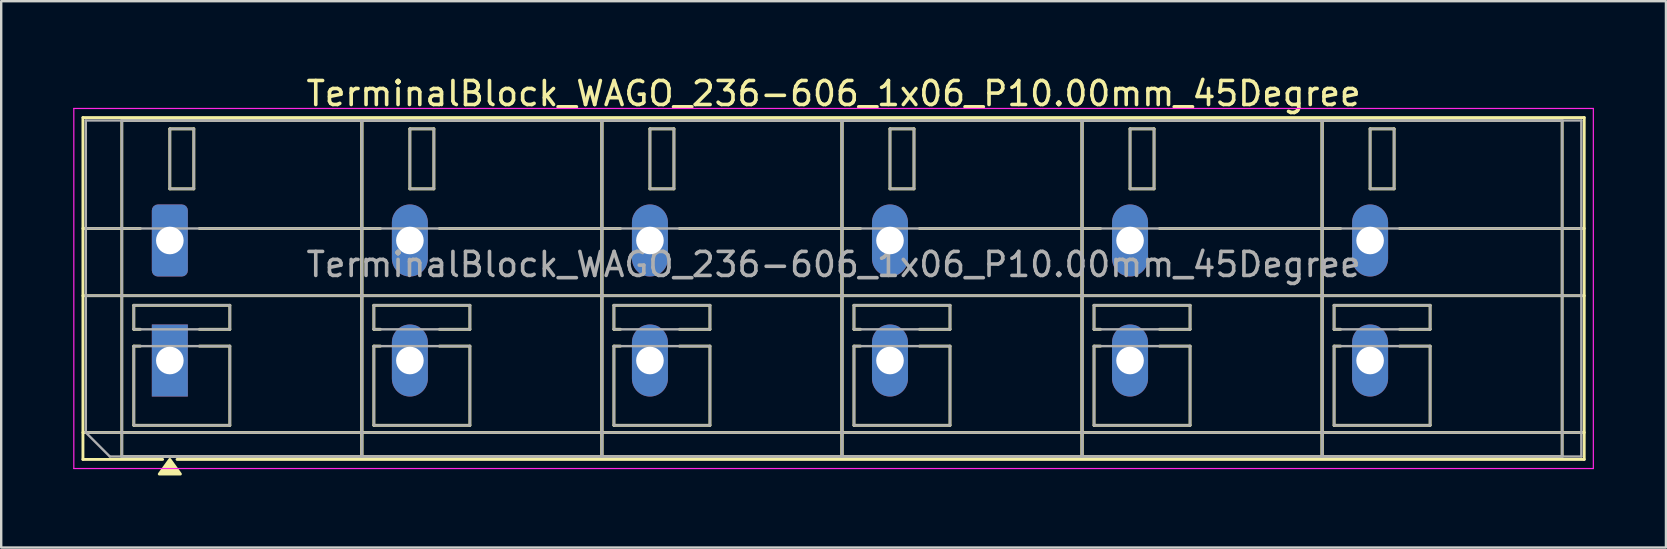
<source format=kicad_pcb>
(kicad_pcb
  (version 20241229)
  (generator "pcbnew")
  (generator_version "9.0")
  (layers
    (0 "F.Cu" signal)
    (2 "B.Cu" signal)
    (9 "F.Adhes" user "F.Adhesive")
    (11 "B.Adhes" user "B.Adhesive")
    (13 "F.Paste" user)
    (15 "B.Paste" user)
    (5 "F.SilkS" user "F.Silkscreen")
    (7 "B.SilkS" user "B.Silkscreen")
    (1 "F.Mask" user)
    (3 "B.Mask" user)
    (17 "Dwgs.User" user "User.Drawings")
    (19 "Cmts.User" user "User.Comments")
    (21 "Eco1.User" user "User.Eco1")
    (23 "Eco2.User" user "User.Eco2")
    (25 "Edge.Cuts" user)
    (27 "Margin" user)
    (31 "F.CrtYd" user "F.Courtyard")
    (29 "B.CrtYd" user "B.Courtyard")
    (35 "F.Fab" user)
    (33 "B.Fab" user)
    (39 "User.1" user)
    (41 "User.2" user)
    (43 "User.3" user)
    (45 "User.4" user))
  (footprint "TerminalBlock_WAGO_236-606_1x06_P10.00mm_45Degree"
    (layer "F.Cu")
    (at 4.025 6.968)
    (property "Reference" "TerminalBlock_WAGO_236-606_1x06_P10.00mm_45Degree" (at 27.65 -6.12 0) (layer "F.SilkS") (effects (font (size 1 1) (thickness 0.15))))
    (attr through_hole)
    (fp_line (start -3.62 -5.12) (end 58.92 -5.12) (stroke (width 0.12) (type solid)) (layer "F.SilkS"))
    (fp_line (start -3.62 -0.5) (end -1.23 -0.5) (stroke (width 0.12) (type solid)) (layer "F.SilkS"))
    (fp_line (start -3.62 2.3) (end 58.92 2.3) (stroke (width 0.12) (type solid)) (layer "F.SilkS"))
    (fp_line (start -3.62 8) (end 58.92 8) (stroke (width 0.12) (type solid)) (layer "F.SilkS"))
    (fp_line (start -3.62 9.12) (end -3.62 -5.12) (stroke (width 0.12) (type solid)) (layer "F.SilkS"))
    (fp_line (start -2 -5) (end 8 -5) (stroke (width 0.12) (type solid)) (layer "F.SilkS"))
    (fp_line (start -2 9) (end -2 -5) (stroke (width 0.12) (type solid)) (layer "F.SilkS"))
    (fp_line (start -1.5 2.7) (end 2.5 2.7) (stroke (width 0.12) (type solid)) (layer "F.SilkS"))
    (fp_line (start -1.5 3.7) (end -1.5 2.7) (stroke (width 0.12) (type solid)) (layer "F.SilkS"))
    (fp_line (start -1.5 4.4) (end -1.23 4.4) (stroke (width 0.12) (type solid)) (layer "F.SilkS"))
    (fp_line (start -1.5 7.7) (end -1.5 4.4) (stroke (width 0.12) (type solid)) (layer "F.SilkS"))
    (fp_line (start -1.23 3.7) (end -1.5 3.7) (stroke (width 0.12) (type solid)) (layer "F.SilkS"))
    (fp_line (start -0.3 9.12) (end -3.62 9.12) (stroke (width 0.12) (type solid)) (layer "F.SilkS"))
    (fp_line (start 0 -4.65) (end 1 -4.65) (stroke (width 0.12) (type solid)) (layer "F.SilkS"))
    (fp_line (start 0 -2.15) (end 0 -4.65) (stroke (width 0.12) (type solid)) (layer "F.SilkS"))
    (fp_line (start 1 -4.65) (end 1 -2.15) (stroke (width 0.12) (type solid)) (layer "F.SilkS"))
    (fp_line (start 1 -2.15) (end 0 -2.15) (stroke (width 0.12) (type solid)) (layer "F.SilkS"))
    (fp_line (start 1.23 -0.5) (end 8.77 -0.5) (stroke (width 0.12) (type solid)) (layer "F.SilkS"))
    (fp_line (start 1.23 4.4) (end 2.5 4.4) (stroke (width 0.12) (type solid)) (layer "F.SilkS"))
    (fp_line (start 2.5 2.7) (end 2.5 3.7) (stroke (width 0.12) (type solid)) (layer "F.SilkS"))
    (fp_line (start 2.5 3.7) (end 1.23 3.7) (stroke (width 0.12) (type solid)) (layer "F.SilkS"))
    (fp_line (start 2.5 4.4) (end 2.5 7.7) (stroke (width 0.12) (type solid)) (layer "F.SilkS"))
    (fp_line (start 2.5 7.7) (end -1.5 7.7) (stroke (width 0.12) (type solid)) (layer "F.SilkS"))
    (fp_line (start 8 -5) (end 8 9) (stroke (width 0.12) (type solid)) (layer "F.SilkS"))
    (fp_line (start 8 -5) (end 18 -5) (stroke (width 0.12) (type solid)) (layer "F.SilkS"))
    (fp_line (start 8 9) (end -2 9) (stroke (width 0.12) (type solid)) (layer "F.SilkS"))
    (fp_line (start 8 9) (end 8 -5) (stroke (width 0.12) (type solid)) (layer "F.SilkS"))
    (fp_line (start 8.5 2.7) (end 12.5 2.7) (stroke (width 0.12) (type solid)) (layer "F.SilkS"))
    (fp_line (start 8.5 3.7) (end 8.5 2.7) (stroke (width 0.12) (type solid)) (layer "F.SilkS"))
    (fp_line (start 8.5 4.4) (end 8.77 4.4) (stroke (width 0.12) (type solid)) (layer "F.SilkS"))
    (fp_line (start 8.5 7.7) (end 8.5 4.4) (stroke (width 0.12) (type solid)) (layer "F.SilkS"))
    (fp_line (start 8.77 3.7) (end 8.5 3.7) (stroke (width 0.12) (type solid)) (layer "F.SilkS"))
    (fp_line (start 10 -4.65) (end 11 -4.65) (stroke (width 0.12) (type solid)) (layer "F.SilkS"))
    (fp_line (start 10 -2.15) (end 10 -4.65) (stroke (width 0.12) (type solid)) (layer "F.SilkS"))
    (fp_line (start 11 -4.65) (end 11 -2.15) (stroke (width 0.12) (type solid)) (layer "F.SilkS"))
    (fp_line (start 11 -2.15) (end 10 -2.15) (stroke (width 0.12) (type solid)) (layer "F.SilkS"))
    (fp_line (start 11.23 -0.5) (end 18.77 -0.5) (stroke (width 0.12) (type solid)) (layer "F.SilkS"))
    (fp_line (start 11.23 4.4) (end 12.5 4.4) (stroke (width 0.12) (type solid)) (layer "F.SilkS"))
    (fp_line (start 12.5 2.7) (end 12.5 3.7) (stroke (width 0.12) (type solid)) (layer "F.SilkS"))
    (fp_line (start 12.5 3.7) (end 11.23 3.7) (stroke (width 0.12) (type solid)) (layer "F.SilkS"))
    (fp_line (start 12.5 4.4) (end 12.5 7.7) (stroke (width 0.12) (type solid)) (layer "F.SilkS"))
    (fp_line (start 12.5 7.7) (end 8.5 7.7) (stroke (width 0.12) (type solid)) (layer "F.SilkS"))
    (fp_line (start 18 -5) (end 18 9) (stroke (width 0.12) (type solid)) (layer "F.SilkS"))
    (fp_line (start 18 -5) (end 28 -5) (stroke (width 0.12) (type solid)) (layer "F.SilkS"))
    (fp_line (start 18 9) (end 8 9) (stroke (width 0.12) (type solid)) (layer "F.SilkS"))
    (fp_line (start 18 9) (end 18 -5) (stroke (width 0.12) (type solid)) (layer "F.SilkS"))
    (fp_line (start 18.5 2.7) (end 22.5 2.7) (stroke (width 0.12) (type solid)) (layer "F.SilkS"))
    (fp_line (start 18.5 3.7) (end 18.5 2.7) (stroke (width 0.12) (type solid)) (layer "F.SilkS"))
    (fp_line (start 18.5 4.4) (end 18.77 4.4) (stroke (width 0.12) (type solid)) (layer "F.SilkS"))
    (fp_line (start 18.5 7.7) (end 18.5 4.4) (stroke (width 0.12) (type solid)) (layer "F.SilkS"))
    (fp_line (start 18.77 3.7) (end 18.5 3.7) (stroke (width 0.12) (type solid)) (layer "F.SilkS"))
    (fp_line (start 20 -4.65) (end 21 -4.65) (stroke (width 0.12) (type solid)) (layer "F.SilkS"))
    (fp_line (start 20 -2.15) (end 20 -4.65) (stroke (width 0.12) (type solid)) (layer "F.SilkS"))
    (fp_line (start 21 -4.65) (end 21 -2.15) (stroke (width 0.12) (type solid)) (layer "F.SilkS"))
    (fp_line (start 21 -2.15) (end 20 -2.15) (stroke (width 0.12) (type solid)) (layer "F.SilkS"))
    (fp_line (start 21.23 -0.5) (end 28.77 -0.5) (stroke (width 0.12) (type solid)) (layer "F.SilkS"))
    (fp_line (start 21.23 4.4) (end 22.5 4.4) (stroke (width 0.12) (type solid)) (layer "F.SilkS"))
    (fp_line (start 22.5 2.7) (end 22.5 3.7) (stroke (width 0.12) (type solid)) (layer "F.SilkS"))
    (fp_line (start 22.5 3.7) (end 21.23 3.7) (stroke (width 0.12) (type solid)) (layer "F.SilkS"))
    (fp_line (start 22.5 4.4) (end 22.5 7.7) (stroke (width 0.12) (type solid)) (layer "F.SilkS"))
    (fp_line (start 22.5 7.7) (end 18.5 7.7) (stroke (width 0.12) (type solid)) (layer "F.SilkS"))
    (fp_line (start 28 -5) (end 28 9) (stroke (width 0.12) (type solid)) (layer "F.SilkS"))
    (fp_line (start 28 -5) (end 38 -5) (stroke (width 0.12) (type solid)) (layer "F.SilkS"))
    (fp_line (start 28 9) (end 18 9) (stroke (width 0.12) (type solid)) (layer "F.SilkS"))
    (fp_line (start 28 9) (end 28 -5) (stroke (width 0.12) (type solid)) (layer "F.SilkS"))
    (fp_line (start 28.5 2.7) (end 32.5 2.7) (stroke (width 0.12) (type solid)) (layer "F.SilkS"))
    (fp_line (start 28.5 3.7) (end 28.5 2.7) (stroke (width 0.12) (type solid)) (layer "F.SilkS"))
    (fp_line (start 28.5 4.4) (end 28.77 4.4) (stroke (width 0.12) (type solid)) (layer "F.SilkS"))
    (fp_line (start 28.5 7.7) (end 28.5 4.4) (stroke (width 0.12) (type solid)) (layer "F.SilkS"))
    (fp_line (start 28.77 3.7) (end 28.5 3.7) (stroke (width 0.12) (type solid)) (layer "F.SilkS"))
    (fp_line (start 30 -4.65) (end 31 -4.65) (stroke (width 0.12) (type solid)) (layer "F.SilkS"))
    (fp_line (start 30 -2.15) (end 30 -4.65) (stroke (width 0.12) (type solid)) (layer "F.SilkS"))
    (fp_line (start 31 -4.65) (end 31 -2.15) (stroke (width 0.12) (type solid)) (layer "F.SilkS"))
    (fp_line (start 31 -2.15) (end 30 -2.15) (stroke (width 0.12) (type solid)) (layer "F.SilkS"))
    (fp_line (start 31.23 -0.5) (end 38.77 -0.5) (stroke (width 0.12) (type solid)) (layer "F.SilkS"))
    (fp_line (start 31.23 4.4) (end 32.5 4.4) (stroke (width 0.12) (type solid)) (layer "F.SilkS"))
    (fp_line (start 32.5 2.7) (end 32.5 3.7) (stroke (width 0.12) (type solid)) (layer "F.SilkS"))
    (fp_line (start 32.5 3.7) (end 31.23 3.7) (stroke (width 0.12) (type solid)) (layer "F.SilkS"))
    (fp_line (start 32.5 4.4) (end 32.5 7.7) (stroke (width 0.12) (type solid)) (layer "F.SilkS"))
    (fp_line (start 32.5 7.7) (end 28.5 7.7) (stroke (width 0.12) (type solid)) (layer "F.SilkS"))
    (fp_line (start 38 -5) (end 38 9) (stroke (width 0.12) (type solid)) (layer "F.SilkS"))
    (fp_line (start 38 -5) (end 48 -5) (stroke (width 0.12) (type solid)) (layer "F.SilkS"))
    (fp_line (start 38 9) (end 28 9) (stroke (width 0.12) (type solid)) (layer "F.SilkS"))
    (fp_line (start 38 9) (end 38 -5) (stroke (width 0.12) (type solid)) (layer "F.SilkS"))
    (fp_line (start 38.5 2.7) (end 42.5 2.7) (stroke (width 0.12) (type solid)) (layer "F.SilkS"))
    (fp_line (start 38.5 3.7) (end 38.5 2.7) (stroke (width 0.12) (type solid)) (layer "F.SilkS"))
    (fp_line (start 38.5 4.4) (end 38.77 4.4) (stroke (width 0.12) (type solid)) (layer "F.SilkS"))
    (fp_line (start 38.5 7.7) (end 38.5 4.4) (stroke (width 0.12) (type solid)) (layer "F.SilkS"))
    (fp_line (start 38.77 3.7) (end 38.5 3.7) (stroke (width 0.12) (type solid)) (layer "F.SilkS"))
    (fp_line (start 40 -4.65) (end 41 -4.65) (stroke (width 0.12) (type solid)) (layer "F.SilkS"))
    (fp_line (start 40 -2.15) (end 40 -4.65) (stroke (width 0.12) (type solid)) (layer "F.SilkS"))
    (fp_line (start 41 -4.65) (end 41 -2.15) (stroke (width 0.12) (type solid)) (layer "F.SilkS"))
    (fp_line (start 41 -2.15) (end 40 -2.15) (stroke (width 0.12) (type solid)) (layer "F.SilkS"))
    (fp_line (start 41.23 -0.5) (end 48.77 -0.5) (stroke (width 0.12) (type solid)) (layer "F.SilkS"))
    (fp_line (start 41.23 4.4) (end 42.5 4.4) (stroke (width 0.12) (type solid)) (layer "F.SilkS"))
    (fp_line (start 42.5 2.7) (end 42.5 3.7) (stroke (width 0.12) (type solid)) (layer "F.SilkS"))
    (fp_line (start 42.5 3.7) (end 41.23 3.7) (stroke (width 0.12) (type solid)) (layer "F.SilkS"))
    (fp_line (start 42.5 4.4) (end 42.5 7.7) (stroke (width 0.12) (type solid)) (layer "F.SilkS"))
    (fp_line (start 42.5 7.7) (end 38.5 7.7) (stroke (width 0.12) (type solid)) (layer "F.SilkS"))
    (fp_line (start 48 -5) (end 48 9) (stroke (width 0.12) (type solid)) (layer "F.SilkS"))
    (fp_line (start 48 -5) (end 58 -5) (stroke (width 0.12) (type solid)) (layer "F.SilkS"))
    (fp_line (start 48 9) (end 38 9) (stroke (width 0.12) (type solid)) (layer "F.SilkS"))
    (fp_line (start 48 9) (end 48 -5) (stroke (width 0.12) (type solid)) (layer "F.SilkS"))
    (fp_line (start 48.5 2.7) (end 52.5 2.7) (stroke (width 0.12) (type solid)) (layer "F.SilkS"))
    (fp_line (start 48.5 3.7) (end 48.5 2.7) (stroke (width 0.12) (type solid)) (layer "F.SilkS"))
    (fp_line (start 48.5 4.4) (end 48.77 4.4) (stroke (width 0.12) (type solid)) (layer "F.SilkS"))
    (fp_line (start 48.5 7.7) (end 48.5 4.4) (stroke (width 0.12) (type solid)) (layer "F.SilkS"))
    (fp_line (start 48.77 3.7) (end 48.5 3.7) (stroke (width 0.12) (type solid)) (layer "F.SilkS"))
    (fp_line (start 50 -4.65) (end 51 -4.65) (stroke (width 0.12) (type solid)) (layer "F.SilkS"))
    (fp_line (start 50 -2.15) (end 50 -4.65) (stroke (width 0.12) (type solid)) (layer "F.SilkS"))
    (fp_line (start 51 -4.65) (end 51 -2.15) (stroke (width 0.12) (type solid)) (layer "F.SilkS"))
    (fp_line (start 51 -2.15) (end 50 -2.15) (stroke (width 0.12) (type solid)) (layer "F.SilkS"))
    (fp_line (start 51.23 -0.5) (end 58.92 -0.5) (stroke (width 0.12) (type solid)) (layer "F.SilkS"))
    (fp_line (start 51.23 4.4) (end 52.5 4.4) (stroke (width 0.12) (type solid)) (layer "F.SilkS"))
    (fp_line (start 52.5 2.7) (end 52.5 3.7) (stroke (width 0.12) (type solid)) (layer "F.SilkS"))
    (fp_line (start 52.5 3.7) (end 51.23 3.7) (stroke (width 0.12) (type solid)) (layer "F.SilkS"))
    (fp_line (start 52.5 4.4) (end 52.5 7.7) (stroke (width 0.12) (type solid)) (layer "F.SilkS"))
    (fp_line (start 52.5 7.7) (end 48.5 7.7) (stroke (width 0.12) (type solid)) (layer "F.SilkS"))
    (fp_line (start 58 -5) (end 58 9) (stroke (width 0.12) (type solid)) (layer "F.SilkS"))
    (fp_line (start 58 9) (end 48 9) (stroke (width 0.12) (type solid)) (layer "F.SilkS"))
    (fp_line (start 58.92 -5.12) (end 58.92 9.12) (stroke (width 0.12) (type solid)) (layer "F.SilkS"))
    (fp_line (start 58.92 9.12) (end 0.3 9.12) (stroke (width 0.12) (type solid)) (layer "F.SilkS"))
    (fp_poly (pts (xy 0 9.12) (xy 0.44 9.73) (xy -0.44 9.73)) (stroke (width 0.12) (type solid)) (fill yes) (layer "F.SilkS"))
    (fp_line (start -4 -5.5) (end -4 9.5) (stroke (width 0.05) (type solid)) (layer "F.CrtYd"))
    (fp_line (start -4 9.5) (end 59.3 9.5) (stroke (width 0.05) (type solid)) (layer "F.CrtYd"))
    (fp_line (start 59.3 -5.5) (end -4 -5.5) (stroke (width 0.05) (type solid)) (layer "F.CrtYd"))
    (fp_line (start 59.3 9.5) (end 59.3 -5.5) (stroke (width 0.05) (type solid)) (layer "F.CrtYd"))
    (fp_line (start -3.5 -5) (end 58.8 -5) (stroke (width 0.1) (type solid)) (layer "F.Fab"))
    (fp_line (start -3.5 -0.5) (end 58.8 -0.5) (stroke (width 0.1) (type solid)) (layer "F.Fab"))
    (fp_line (start -3.5 2.3) (end 58.8 2.3) (stroke (width 0.1) (type solid)) (layer "F.Fab"))
    (fp_line (start -3.5 8) (end -3.5 -5) (stroke (width 0.1) (type solid)) (layer "F.Fab"))
    (fp_line (start -3.5 8) (end 58.8 8) (stroke (width 0.1) (type solid)) (layer "F.Fab"))
    (fp_line (start -2.5 9) (end -3.5 8) (stroke (width 0.1) (type solid)) (layer "F.Fab"))
    (fp_line (start -2 -5) (end -2 9) (stroke (width 0.1) (type solid)) (layer "F.Fab"))
    (fp_line (start -2 9) (end 8 9) (stroke (width 0.1) (type solid)) (layer "F.Fab"))
    (fp_line (start -1.5 2.7) (end -1.5 3.7) (stroke (width 0.1) (type solid)) (layer "F.Fab"))
    (fp_line (start -1.5 3.7) (end 2.5 3.7) (stroke (width 0.1) (type solid)) (layer "F.Fab"))
    (fp_line (start -1.5 4.4) (end -1.5 7.7) (stroke (width 0.1) (type solid)) (layer "F.Fab"))
    (fp_line (start -1.5 7.7) (end 2.5 7.7) (stroke (width 0.1) (type solid)) (layer "F.Fab"))
    (fp_line (start 0 -4.65) (end 0 -2.15) (stroke (width 0.1) (type solid)) (layer "F.Fab"))
    (fp_line (start 0 -2.15) (end 1 -2.15) (stroke (width 0.1) (type solid)) (layer "F.Fab"))
    (fp_line (start 1 -4.65) (end 0 -4.65) (stroke (width 0.1) (type solid)) (layer "F.Fab"))
    (fp_line (start 1 -2.15) (end 1 -4.65) (stroke (width 0.1) (type solid)) (layer "F.Fab"))
    (fp_line (start 2.5 2.7) (end -1.5 2.7) (stroke (width 0.1) (type solid)) (layer "F.Fab"))
    (fp_line (start 2.5 3.7) (end 2.5 2.7) (stroke (width 0.1) (type solid)) (layer "F.Fab"))
    (fp_line (start 2.5 4.4) (end -1.5 4.4) (stroke (width 0.1) (type solid)) (layer "F.Fab"))
    (fp_line (start 2.5 7.7) (end 2.5 4.4) (stroke (width 0.1) (type solid)) (layer "F.Fab"))
    (fp_line (start 8 -5) (end -2 -5) (stroke (width 0.1) (type solid)) (layer "F.Fab"))
    (fp_line (start 8 -5) (end 8 9) (stroke (width 0.1) (type solid)) (layer "F.Fab"))
    (fp_line (start 8 9) (end 8 -5) (stroke (width 0.1) (type solid)) (layer "F.Fab"))
    (fp_line (start 8 9) (end 18 9) (stroke (width 0.1) (type solid)) (layer "F.Fab"))
    (fp_line (start 8.5 2.7) (end 8.5 3.7) (stroke (width 0.1) (type solid)) (layer "F.Fab"))
    (fp_line (start 8.5 3.7) (end 12.5 3.7) (stroke (width 0.1) (type solid)) (layer "F.Fab"))
    (fp_line (start 8.5 4.4) (end 8.5 7.7) (stroke (width 0.1) (type solid)) (layer "F.Fab"))
    (fp_line (start 8.5 7.7) (end 12.5 7.7) (stroke (width 0.1) (type solid)) (layer "F.Fab"))
    (fp_line (start 10 -4.65) (end 10 -2.15) (stroke (width 0.1) (type solid)) (layer "F.Fab"))
    (fp_line (start 10 -2.15) (end 11 -2.15) (stroke (width 0.1) (type solid)) (layer "F.Fab"))
    (fp_line (start 11 -4.65) (end 10 -4.65) (stroke (width 0.1) (type solid)) (layer "F.Fab"))
    (fp_line (start 11 -2.15) (end 11 -4.65) (stroke (width 0.1) (type solid)) (layer "F.Fab"))
    (fp_line (start 12.5 2.7) (end 8.5 2.7) (stroke (width 0.1) (type solid)) (layer "F.Fab"))
    (fp_line (start 12.5 3.7) (end 12.5 2.7) (stroke (width 0.1) (type solid)) (layer "F.Fab"))
    (fp_line (start 12.5 4.4) (end 8.5 4.4) (stroke (width 0.1) (type solid)) (layer "F.Fab"))
    (fp_line (start 12.5 7.7) (end 12.5 4.4) (stroke (width 0.1) (type solid)) (layer "F.Fab"))
    (fp_line (start 18 -5) (end 8 -5) (stroke (width 0.1) (type solid)) (layer "F.Fab"))
    (fp_line (start 18 -5) (end 18 9) (stroke (width 0.1) (type solid)) (layer "F.Fab"))
    (fp_line (start 18 9) (end 18 -5) (stroke (width 0.1) (type solid)) (layer "F.Fab"))
    (fp_line (start 18 9) (end 28 9) (stroke (width 0.1) (type solid)) (layer "F.Fab"))
    (fp_line (start 18.5 2.7) (end 18.5 3.7) (stroke (width 0.1) (type solid)) (layer "F.Fab"))
    (fp_line (start 18.5 3.7) (end 22.5 3.7) (stroke (width 0.1) (type solid)) (layer "F.Fab"))
    (fp_line (start 18.5 4.4) (end 18.5 7.7) (stroke (width 0.1) (type solid)) (layer "F.Fab"))
    (fp_line (start 18.5 7.7) (end 22.5 7.7) (stroke (width 0.1) (type solid)) (layer "F.Fab"))
    (fp_line (start 20 -4.65) (end 20 -2.15) (stroke (width 0.1) (type solid)) (layer "F.Fab"))
    (fp_line (start 20 -2.15) (end 21 -2.15) (stroke (width 0.1) (type solid)) (layer "F.Fab"))
    (fp_line (start 21 -4.65) (end 20 -4.65) (stroke (width 0.1) (type solid)) (layer "F.Fab"))
    (fp_line (start 21 -2.15) (end 21 -4.65) (stroke (width 0.1) (type solid)) (layer "F.Fab"))
    (fp_line (start 22.5 2.7) (end 18.5 2.7) (stroke (width 0.1) (type solid)) (layer "F.Fab"))
    (fp_line (start 22.5 3.7) (end 22.5 2.7) (stroke (width 0.1) (type solid)) (layer "F.Fab"))
    (fp_line (start 22.5 4.4) (end 18.5 4.4) (stroke (width 0.1) (type solid)) (layer "F.Fab"))
    (fp_line (start 22.5 7.7) (end 22.5 4.4) (stroke (width 0.1) (type solid)) (layer "F.Fab"))
    (fp_line (start 28 -5) (end 18 -5) (stroke (width 0.1) (type solid)) (layer "F.Fab"))
    (fp_line (start 28 -5) (end 28 9) (stroke (width 0.1) (type solid)) (layer "F.Fab"))
    (fp_line (start 28 9) (end 28 -5) (stroke (width 0.1) (type solid)) (layer "F.Fab"))
    (fp_line (start 28 9) (end 38 9) (stroke (width 0.1) (type solid)) (layer "F.Fab"))
    (fp_line (start 28.5 2.7) (end 28.5 3.7) (stroke (width 0.1) (type solid)) (layer "F.Fab"))
    (fp_line (start 28.5 3.7) (end 32.5 3.7) (stroke (width 0.1) (type solid)) (layer "F.Fab"))
    (fp_line (start 28.5 4.4) (end 28.5 7.7) (stroke (width 0.1) (type solid)) (layer "F.Fab"))
    (fp_line (start 28.5 7.7) (end 32.5 7.7) (stroke (width 0.1) (type solid)) (layer "F.Fab"))
    (fp_line (start 30 -4.65) (end 30 -2.15) (stroke (width 0.1) (type solid)) (layer "F.Fab"))
    (fp_line (start 30 -2.15) (end 31 -2.15) (stroke (width 0.1) (type solid)) (layer "F.Fab"))
    (fp_line (start 31 -4.65) (end 30 -4.65) (stroke (width 0.1) (type solid)) (layer "F.Fab"))
    (fp_line (start 31 -2.15) (end 31 -4.65) (stroke (width 0.1) (type solid)) (layer "F.Fab"))
    (fp_line (start 32.5 2.7) (end 28.5 2.7) (stroke (width 0.1) (type solid)) (layer "F.Fab"))
    (fp_line (start 32.5 3.7) (end 32.5 2.7) (stroke (width 0.1) (type solid)) (layer "F.Fab"))
    (fp_line (start 32.5 4.4) (end 28.5 4.4) (stroke (width 0.1) (type solid)) (layer "F.Fab"))
    (fp_line (start 32.5 7.7) (end 32.5 4.4) (stroke (width 0.1) (type solid)) (layer "F.Fab"))
    (fp_line (start 38 -5) (end 28 -5) (stroke (width 0.1) (type solid)) (layer "F.Fab"))
    (fp_line (start 38 -5) (end 38 9) (stroke (width 0.1) (type solid)) (layer "F.Fab"))
    (fp_line (start 38 9) (end 38 -5) (stroke (width 0.1) (type solid)) (layer "F.Fab"))
    (fp_line (start 38 9) (end 48 9) (stroke (width 0.1) (type solid)) (layer "F.Fab"))
    (fp_line (start 38.5 2.7) (end 38.5 3.7) (stroke (width 0.1) (type solid)) (layer "F.Fab"))
    (fp_line (start 38.5 3.7) (end 42.5 3.7) (stroke (width 0.1) (type solid)) (layer "F.Fab"))
    (fp_line (start 38.5 4.4) (end 38.5 7.7) (stroke (width 0.1) (type solid)) (layer "F.Fab"))
    (fp_line (start 38.5 7.7) (end 42.5 7.7) (stroke (width 0.1) (type solid)) (layer "F.Fab"))
    (fp_line (start 40 -4.65) (end 40 -2.15) (stroke (width 0.1) (type solid)) (layer "F.Fab"))
    (fp_line (start 40 -2.15) (end 41 -2.15) (stroke (width 0.1) (type solid)) (layer "F.Fab"))
    (fp_line (start 41 -4.65) (end 40 -4.65) (stroke (width 0.1) (type solid)) (layer "F.Fab"))
    (fp_line (start 41 -2.15) (end 41 -4.65) (stroke (width 0.1) (type solid)) (layer "F.Fab"))
    (fp_line (start 42.5 2.7) (end 38.5 2.7) (stroke (width 0.1) (type solid)) (layer "F.Fab"))
    (fp_line (start 42.5 3.7) (end 42.5 2.7) (stroke (width 0.1) (type solid)) (layer "F.Fab"))
    (fp_line (start 42.5 4.4) (end 38.5 4.4) (stroke (width 0.1) (type solid)) (layer "F.Fab"))
    (fp_line (start 42.5 7.7) (end 42.5 4.4) (stroke (width 0.1) (type solid)) (layer "F.Fab"))
    (fp_line (start 48 -5) (end 38 -5) (stroke (width 0.1) (type solid)) (layer "F.Fab"))
    (fp_line (start 48 -5) (end 48 9) (stroke (width 0.1) (type solid)) (layer "F.Fab"))
    (fp_line (start 48 9) (end 48 -5) (stroke (width 0.1) (type solid)) (layer "F.Fab"))
    (fp_line (start 48 9) (end 58 9) (stroke (width 0.1) (type solid)) (layer "F.Fab"))
    (fp_line (start 48.5 2.7) (end 48.5 3.7) (stroke (width 0.1) (type solid)) (layer "F.Fab"))
    (fp_line (start 48.5 3.7) (end 52.5 3.7) (stroke (width 0.1) (type solid)) (layer "F.Fab"))
    (fp_line (start 48.5 4.4) (end 48.5 7.7) (stroke (width 0.1) (type solid)) (layer "F.Fab"))
    (fp_line (start 48.5 7.7) (end 52.5 7.7) (stroke (width 0.1) (type solid)) (layer "F.Fab"))
    (fp_line (start 50 -4.65) (end 50 -2.15) (stroke (width 0.1) (type solid)) (layer "F.Fab"))
    (fp_line (start 50 -2.15) (end 51 -2.15) (stroke (width 0.1) (type solid)) (layer "F.Fab"))
    (fp_line (start 51 -4.65) (end 50 -4.65) (stroke (width 0.1) (type solid)) (layer "F.Fab"))
    (fp_line (start 51 -2.15) (end 51 -4.65) (stroke (width 0.1) (type solid)) (layer "F.Fab"))
    (fp_line (start 52.5 2.7) (end 48.5 2.7) (stroke (width 0.1) (type solid)) (layer "F.Fab"))
    (fp_line (start 52.5 3.7) (end 52.5 2.7) (stroke (width 0.1) (type solid)) (layer "F.Fab"))
    (fp_line (start 52.5 4.4) (end 48.5 4.4) (stroke (width 0.1) (type solid)) (layer "F.Fab"))
    (fp_line (start 52.5 7.7) (end 52.5 4.4) (stroke (width 0.1) (type solid)) (layer "F.Fab"))
    (fp_line (start 58 -5) (end 48 -5) (stroke (width 0.1) (type solid)) (layer "F.Fab"))
    (fp_line (start 58 9) (end 58 -5) (stroke (width 0.1) (type solid)) (layer "F.Fab"))
    (fp_line (start 58.8 -5) (end 58.8 9) (stroke (width 0.1) (type solid)) (layer "F.Fab"))
    (fp_line (start 58.8 9) (end -2.5 9) (stroke (width 0.1) (type solid)) (layer "F.Fab"))
    (fp_text user "${REFERENCE}" (at 27.65 1 0) (layer "F.Fab") (effects (font (size 1 1) (thickness 0.15))))
    (pad "1" thru_hole roundrect (at 0 0) (size 1.5 3) (drill 1.15) (layers "*.Cu" "*.Mask") (roundrect_rratio 0.167))
    (pad "1" thru_hole rect (at 0 5) (size 1.5 3) (drill 1.15) (layers "*.Cu" "*.Mask"))
    (pad "2" thru_hole oval (at 10 0) (size 1.5 3) (drill 1.15) (layers "*.Cu" "*.Mask"))
    (pad "2" thru_hole oval (at 10 5) (size 1.5 3) (drill 1.15) (layers "*.Cu" "*.Mask"))
    (pad "3" thru_hole oval (at 20 0) (size 1.5 3) (drill 1.15) (layers "*.Cu" "*.Mask"))
    (pad "3" thru_hole oval (at 20 5) (size 1.5 3) (drill 1.15) (layers "*.Cu" "*.Mask"))
    (pad "4" thru_hole oval (at 30 0) (size 1.5 3) (drill 1.15) (layers "*.Cu" "*.Mask"))
    (pad "4" thru_hole oval (at 30 5) (size 1.5 3) (drill 1.15) (layers "*.Cu" "*.Mask"))
    (pad "5" thru_hole oval (at 40 0) (size 1.5 3) (drill 1.15) (layers "*.Cu" "*.Mask"))
    (pad "5" thru_hole oval (at 40 5) (size 1.5 3) (drill 1.15) (layers "*.Cu" "*.Mask"))
    (pad "6" thru_hole oval (at 50 0) (size 1.5 3) (drill 1.15) (layers "*.Cu" "*.Mask"))
    (pad "6" thru_hole oval (at 50 5) (size 1.5 3) (drill 1.15) (layers "*.Cu" "*.Mask")))
  (gr_rect
    (start -3 -3)
    (end 66.35 19.758)
    (stroke (width 0.1) (type default))
    (fill no)
    (layer "Edge.Cuts")))
</source>
